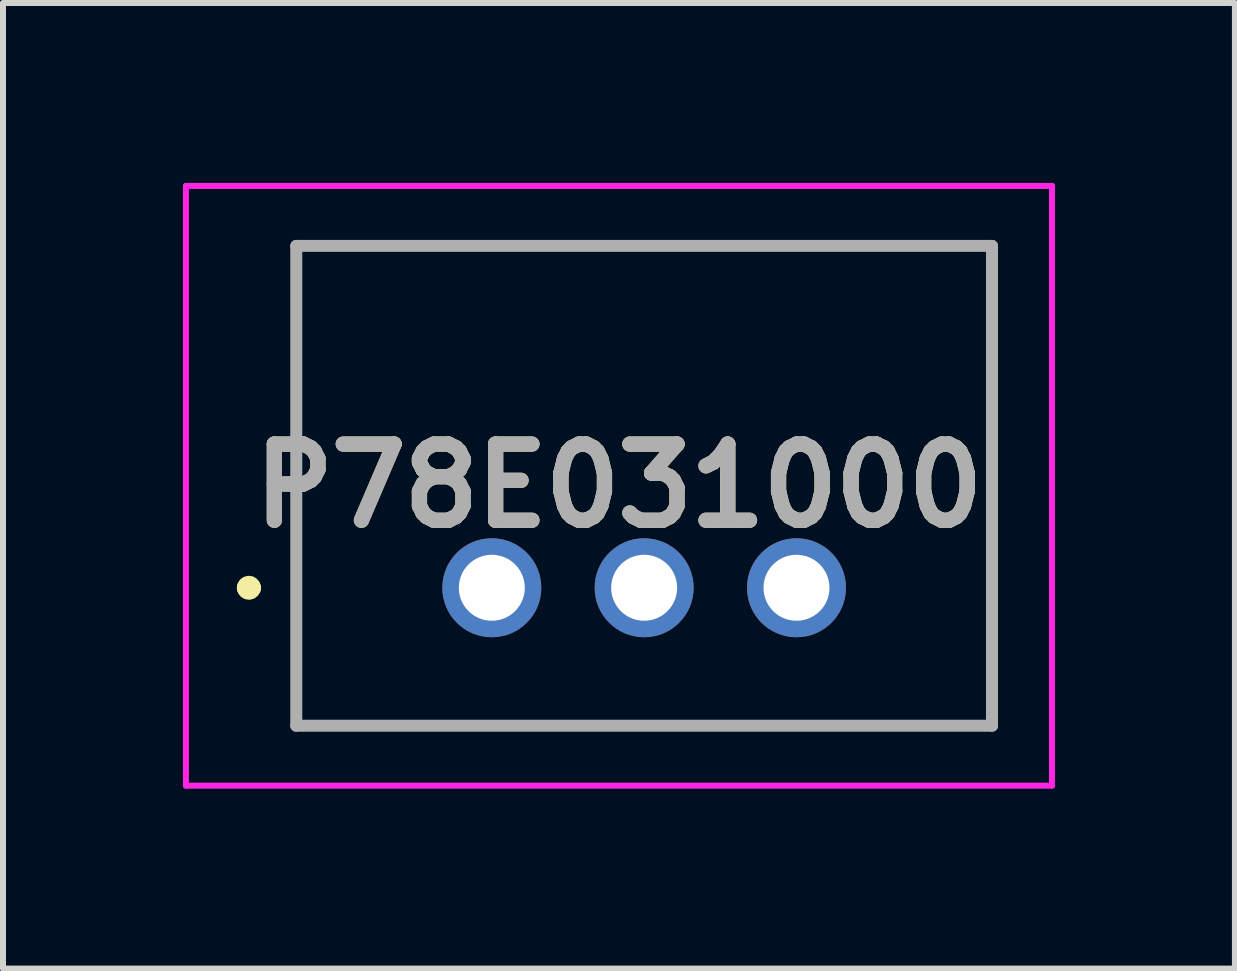
<source format=kicad_pcb>
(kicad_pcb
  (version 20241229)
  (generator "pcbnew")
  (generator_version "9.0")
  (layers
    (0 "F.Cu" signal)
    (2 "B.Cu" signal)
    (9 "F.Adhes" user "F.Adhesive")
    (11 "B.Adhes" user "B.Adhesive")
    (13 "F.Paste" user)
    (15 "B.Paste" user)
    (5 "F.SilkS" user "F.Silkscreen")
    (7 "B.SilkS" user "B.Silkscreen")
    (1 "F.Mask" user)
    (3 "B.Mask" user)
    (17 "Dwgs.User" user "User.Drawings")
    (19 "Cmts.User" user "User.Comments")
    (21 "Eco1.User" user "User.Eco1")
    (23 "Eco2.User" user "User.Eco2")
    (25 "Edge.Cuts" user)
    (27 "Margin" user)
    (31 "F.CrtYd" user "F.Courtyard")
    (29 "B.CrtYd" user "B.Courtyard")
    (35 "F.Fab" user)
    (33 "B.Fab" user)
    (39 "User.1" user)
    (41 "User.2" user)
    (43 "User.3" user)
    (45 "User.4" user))
  (footprint "P78E031000"
    (layer "F.Cu")
    (at 5.15 6.75)
    (property "Reference" "P78E031000" (at 2.12 -1.7 0) (layer "F.SilkS") (effects (font (size 1.27 1.27) (thickness 0.254))))
    (attr through_hole)
    (fp_line (start -4.1 0) (end -4.1 0) (stroke (width 0.3) (type solid)) (layer "F.SilkS"))
    (fp_line (start -4 0) (end -4 0) (stroke (width 0.3) (type solid)) (layer "F.SilkS"))
    (fp_line (start -3.26 -5.7) (end 8.34 -5.7) (stroke (width 0.1) (type solid)) (layer "F.SilkS"))
    (fp_line (start -3.26 2.3) (end -3.26 -5.7) (stroke (width 0.1) (type solid)) (layer "F.SilkS"))
    (fp_line (start 8.34 -5.7) (end 8.34 2.3) (stroke (width 0.1) (type solid)) (layer "F.SilkS"))
    (fp_line (start 8.34 2.3) (end -3.26 2.3) (stroke (width 0.1) (type solid)) (layer "F.SilkS"))
    (fp_arc (start -4.1 0) (mid -4.05 -0.05) (end -4 0) (stroke (width 0.3) (type solid)) (layer "F.SilkS"))
    (fp_arc (start -4 0) (mid -4.05 0.05) (end -4.1 0) (stroke (width 0.3) (type solid)) (layer "F.SilkS"))
    (fp_line (start -5.1 -6.7) (end 9.34 -6.7) (stroke (width 0.1) (type solid)) (layer "F.CrtYd"))
    (fp_line (start -5.1 3.3) (end -5.1 -6.7) (stroke (width 0.1) (type solid)) (layer "F.CrtYd"))
    (fp_line (start 9.34 -6.7) (end 9.34 3.3) (stroke (width 0.1) (type solid)) (layer "F.CrtYd"))
    (fp_line (start 9.34 3.3) (end -5.1 3.3) (stroke (width 0.1) (type solid)) (layer "F.CrtYd"))
    (fp_line (start -3.26 -5.7) (end 8.34 -5.7) (stroke (width 0.2) (type solid)) (layer "F.Fab"))
    (fp_line (start -3.26 2.3) (end -3.26 -5.7) (stroke (width 0.2) (type solid)) (layer "F.Fab"))
    (fp_line (start 8.34 -5.7) (end 8.34 2.3) (stroke (width 0.2) (type solid)) (layer "F.Fab"))
    (fp_line (start 8.34 2.3) (end -3.26 2.3) (stroke (width 0.2) (type solid)) (layer "F.Fab"))
    (fp_text user "${REFERENCE}" (at 2.12 -1.7 0) (layer "F.Fab") (effects (font (size 1.27 1.27) (thickness 0.254))))
    (pad "1" thru_hole circle (at 0 0) (size 1.65 1.65) (drill 1.1) (layers "*.Cu" "*.Mask"))
    (pad "2" thru_hole circle (at 2.54 0) (size 1.65 1.65) (drill 1.1) (layers "*.Cu" "*.Mask"))
    (pad "3" thru_hole circle (at 5.08 0) (size 1.65 1.65) (drill 1.1) (layers "*.Cu" "*.Mask")))
  (gr_rect
    (start -3 -3)
    (end 17.54 13.1)
    (stroke (width 0.1) (type default))
    (fill no)
    (layer "Edge.Cuts")))
</source>
